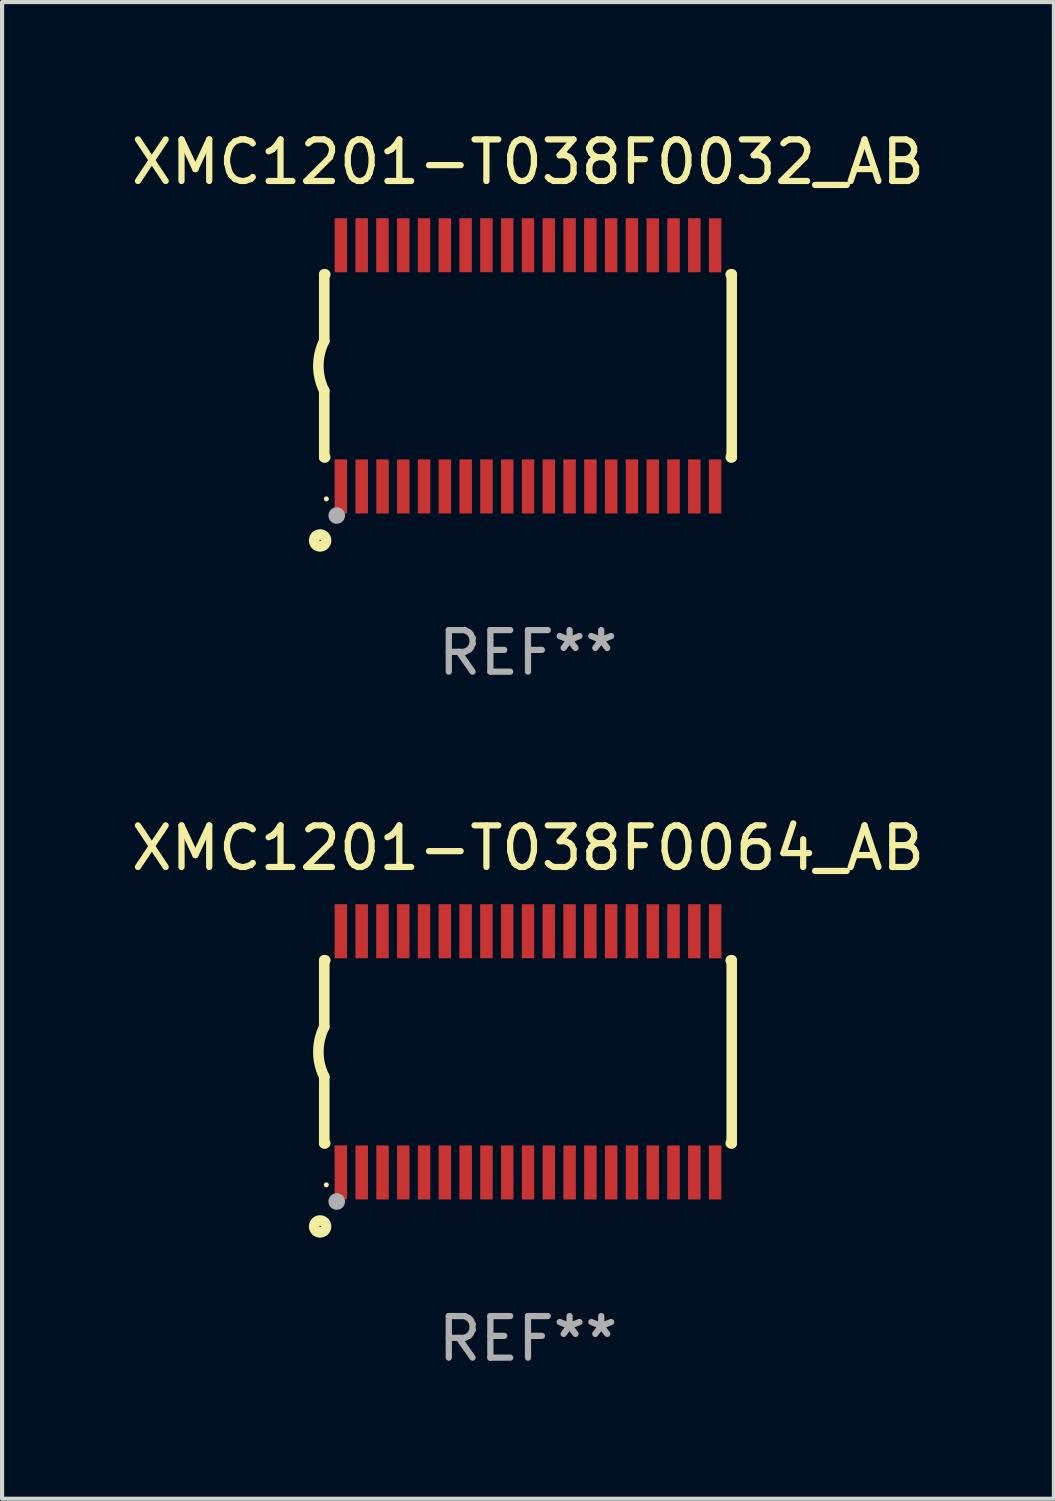
<source format=kicad_pcb>
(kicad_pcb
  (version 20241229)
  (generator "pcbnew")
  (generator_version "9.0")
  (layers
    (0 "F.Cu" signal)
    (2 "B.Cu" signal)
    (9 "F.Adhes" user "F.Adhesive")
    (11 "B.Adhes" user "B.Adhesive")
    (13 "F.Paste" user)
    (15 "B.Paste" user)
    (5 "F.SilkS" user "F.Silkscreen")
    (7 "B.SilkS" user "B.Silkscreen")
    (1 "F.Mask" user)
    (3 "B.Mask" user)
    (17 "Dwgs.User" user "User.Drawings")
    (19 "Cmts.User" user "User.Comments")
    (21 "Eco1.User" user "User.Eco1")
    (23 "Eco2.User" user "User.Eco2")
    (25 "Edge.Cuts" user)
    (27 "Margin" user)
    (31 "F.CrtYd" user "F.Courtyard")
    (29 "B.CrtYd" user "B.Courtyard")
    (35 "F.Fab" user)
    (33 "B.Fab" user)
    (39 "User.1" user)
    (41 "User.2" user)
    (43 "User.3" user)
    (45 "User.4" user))
  (footprint "XMC1201-T038F0064_AB"
    (layer "F.Cu")
    (at 9.649 22.248)
    (property "Reference" "XMC1201-T038F0064_AB" (at 0 -4.901 0) (layer "F.SilkS") (effects (font (size 1 1) (thickness 0.15))))
    (attr through_hole)
    (fp_line (start -4.9 -2.2) (end -4.9 -0.6) (stroke (width 0.254) (type solid)) (layer "F.SilkS"))
    (fp_line (start -4.9 -2.2) (end -4.876 -2.2) (stroke (width 0.254) (type solid)) (layer "F.SilkS"))
    (fp_line (start -4.9 2.2) (end -4.9 0.6) (stroke (width 0.254) (type solid)) (layer "F.SilkS"))
    (fp_line (start -4.9 2.2) (end -4.877 2.2) (stroke (width 0.254) (type solid)) (layer "F.SilkS"))
    (fp_line (start 4.876 -2.2) (end 4.9 -2.2) (stroke (width 0.254) (type solid)) (layer "F.SilkS"))
    (fp_line (start 4.877 2.2) (end 4.9 2.2) (stroke (width 0.254) (type solid)) (layer "F.SilkS"))
    (fp_line (start 4.9 -2.2) (end 4.9 2.2) (stroke (width 0.254) (type solid)) (layer "F.SilkS"))
    (fp_arc (start -4.900051 0.599822) (mid -5.041652 -0.000095) (end -4.9 -0.6) (stroke (width 0.254001) (type solid)) (layer "F.SilkS"))
    (fp_circle (center -5 4.2) (end -4.857 4.2) (stroke (width 0.254) (type solid)) (fill no) (layer "F.SilkS"))
    (fp_circle (center -4.85 3.2) (end -4.82 3.2) (stroke (width 0.06) (type solid)) (fill no) (layer "F.SilkS"))
    (fp_circle (center -4.6 3.6) (end -4.5 3.6) (stroke (width 0.2) (type solid)) (fill no) (layer "F.Fab"))
    (fp_text user "REF**" (at 0 6.901 0) (layer "F.Fab") (effects (font (size 1 1) (thickness 0.15))))
    (pad "1" smd rect (at -4.501 2.899 90) (size 1.3 0.3) (layers "F.Cu" "F.Mask" "F.Paste"))
    (pad "2" smd rect (at -3.999 2.901 90) (size 1.3 0.3) (layers "F.Cu" "F.Mask" "F.Paste"))
    (pad "3" smd rect (at -3.498 2.901 90) (size 1.3 0.3) (layers "F.Cu" "F.Mask" "F.Paste"))
    (pad "4" smd rect (at -2.999 2.901 90) (size 1.3 0.3) (layers "F.Cu" "F.Mask" "F.Paste"))
    (pad "5" smd rect (at -2.499 2.901 90) (size 1.3 0.3) (layers "F.Cu" "F.Mask" "F.Paste"))
    (pad "6" smd rect (at -1.999 2.901 90) (size 1.3 0.3) (layers "F.Cu" "F.Mask" "F.Paste"))
    (pad "7" smd rect (at -1.499 2.901 90) (size 1.3 0.3) (layers "F.Cu" "F.Mask" "F.Paste"))
    (pad "8" smd rect (at -0.999 2.901 90) (size 1.3 0.3) (layers "F.Cu" "F.Mask" "F.Paste"))
    (pad "9" smd rect (at -0.499 2.901 90) (size 1.3 0.3) (layers "F.Cu" "F.Mask" "F.Paste"))
    (pad "10" smd rect (at 0.001 2.901 90) (size 1.3 0.3) (layers "F.Cu" "F.Mask" "F.Paste"))
    (pad "11" smd rect (at 0.501 2.901 90) (size 1.3 0.3) (layers "F.Cu" "F.Mask" "F.Paste"))
    (pad "12" smd rect (at 1.001 2.901 90) (size 1.3 0.3) (layers "F.Cu" "F.Mask" "F.Paste"))
    (pad "13" smd rect (at 1.501 2.901 90) (size 1.3 0.3) (layers "F.Cu" "F.Mask" "F.Paste"))
    (pad "14" smd rect (at 2.001 2.901 90) (size 1.3 0.3) (layers "F.Cu" "F.Mask" "F.Paste"))
    (pad "15" smd rect (at 2.501 2.901 90) (size 1.3 0.3) (layers "F.Cu" "F.Mask" "F.Paste"))
    (pad "16" smd rect (at 3.001 2.901 90) (size 1.3 0.3) (layers "F.Cu" "F.Mask" "F.Paste"))
    (pad "17" smd rect (at 3.501 2.901 90) (size 1.3 0.3) (layers "F.Cu" "F.Mask" "F.Paste"))
    (pad "18" smd rect (at 4.001 2.901 90) (size 1.3 0.3) (layers "F.Cu" "F.Mask" "F.Paste"))
    (pad "19" smd rect (at 4.501 2.901 90) (size 1.3 0.3) (layers "F.Cu" "F.Mask" "F.Paste"))
    (pad "20" smd rect (at 4.501 -2.899 90) (size 1.3 0.3) (layers "F.Cu" "F.Mask" "F.Paste"))
    (pad "21" smd rect (at 4.001 -2.9 90) (size 1.3 0.3) (layers "F.Cu" "F.Mask" "F.Paste"))
    (pad "22" smd rect (at 3.501 -2.899 90) (size 1.3 0.3) (layers "F.Cu" "F.Mask" "F.Paste"))
    (pad "23" smd rect (at 3.002 -2.899 90) (size 1.3 0.3) (layers "F.Cu" "F.Mask" "F.Paste"))
    (pad "24" smd rect (at 2.499 -2.901 90) (size 1.3 0.3) (layers "F.Cu" "F.Mask" "F.Paste"))
    (pad "25" smd rect (at 2 -2.9 90) (size 1.3 0.3) (layers "F.Cu" "F.Mask" "F.Paste"))
    (pad "26" smd rect (at 1.5 -2.9 90) (size 1.3 0.3) (layers "F.Cu" "F.Mask" "F.Paste"))
    (pad "27" smd rect (at 1 -2.9 90) (size 1.3 0.3) (layers "F.Cu" "F.Mask" "F.Paste"))
    (pad "28" smd rect (at 0.5 -2.9 90) (size 1.3 0.3) (layers "F.Cu" "F.Mask" "F.Paste"))
    (pad "29" smd rect (at 0.000127 -2.9 90) (size 1.3 0.3) (layers "F.Cu" "F.Mask" "F.Paste"))
    (pad "30" smd rect (at -0.5 -2.9 90) (size 1.3 0.3) (layers "F.Cu" "F.Mask" "F.Paste"))
    (pad "31" smd rect (at -1 -2.9 90) (size 1.3 0.3) (layers "F.Cu" "F.Mask" "F.Paste"))
    (pad "32" smd rect (at -1.5 -2.9 90) (size 1.3 0.3) (layers "F.Cu" "F.Mask" "F.Paste"))
    (pad "33" smd rect (at -2 -2.9 90) (size 1.3 0.3) (layers "F.Cu" "F.Mask" "F.Paste"))
    (pad "34" smd rect (at -2.5 -2.9 90) (size 1.3 0.3) (layers "F.Cu" "F.Mask" "F.Paste"))
    (pad "35" smd rect (at -3 -2.9 90) (size 1.3 0.3) (layers "F.Cu" "F.Mask" "F.Paste"))
    (pad "36" smd rect (at -3.5 -2.9 90) (size 1.3 0.3) (layers "F.Cu" "F.Mask" "F.Paste"))
    (pad "37" smd rect (at -4 -2.9 90) (size 1.3 0.3) (layers "F.Cu" "F.Mask" "F.Paste"))
    (pad "38" smd rect (at -4.5 -2.9 90) (size 1.3 0.3) (layers "F.Cu" "F.Mask" "F.Paste")))
  (footprint "XMC1201-T038F0032_AB"
    (layer "F.Cu")
    (at 9.649 5.749)
    (property "Reference" "XMC1201-T038F0032_AB" (at 0 -4.901 0) (layer "F.SilkS") (effects (font (size 1 1) (thickness 0.15))))
    (attr through_hole)
    (fp_line (start -4.9 -2.2) (end -4.9 -0.6) (stroke (width 0.254) (type solid)) (layer "F.SilkS"))
    (fp_line (start -4.9 -2.2) (end -4.876 -2.2) (stroke (width 0.254) (type solid)) (layer "F.SilkS"))
    (fp_line (start -4.9 2.2) (end -4.9 0.6) (stroke (width 0.254) (type solid)) (layer "F.SilkS"))
    (fp_line (start -4.9 2.2) (end -4.877 2.2) (stroke (width 0.254) (type solid)) (layer "F.SilkS"))
    (fp_line (start 4.876 -2.2) (end 4.9 -2.2) (stroke (width 0.254) (type solid)) (layer "F.SilkS"))
    (fp_line (start 4.877 2.2) (end 4.9 2.2) (stroke (width 0.254) (type solid)) (layer "F.SilkS"))
    (fp_line (start 4.9 -2.2) (end 4.9 2.2) (stroke (width 0.254) (type solid)) (layer "F.SilkS"))
    (fp_arc (start -4.900051 0.599822) (mid -5.041652 -0.000095) (end -4.9 -0.6) (stroke (width 0.254001) (type solid)) (layer "F.SilkS"))
    (fp_circle (center -5 4.2) (end -4.857 4.2) (stroke (width 0.254) (type solid)) (fill no) (layer "F.SilkS"))
    (fp_circle (center -4.85 3.2) (end -4.82 3.2) (stroke (width 0.06) (type solid)) (fill no) (layer "F.SilkS"))
    (fp_circle (center -4.6 3.6) (end -4.5 3.6) (stroke (width 0.2) (type solid)) (fill no) (layer "F.Fab"))
    (fp_text user "REF**" (at 0 6.901 0) (layer "F.Fab") (effects (font (size 1 1) (thickness 0.15))))
    (pad "1" smd rect (at -4.501 2.899 90) (size 1.3 0.3) (layers "F.Cu" "F.Mask" "F.Paste"))
    (pad "2" smd rect (at -3.999 2.901 90) (size 1.3 0.3) (layers "F.Cu" "F.Mask" "F.Paste"))
    (pad "3" smd rect (at -3.498 2.901 90) (size 1.3 0.3) (layers "F.Cu" "F.Mask" "F.Paste"))
    (pad "4" smd rect (at -2.999 2.901 90) (size 1.3 0.3) (layers "F.Cu" "F.Mask" "F.Paste"))
    (pad "5" smd rect (at -2.499 2.901 90) (size 1.3 0.3) (layers "F.Cu" "F.Mask" "F.Paste"))
    (pad "6" smd rect (at -1.999 2.901 90) (size 1.3 0.3) (layers "F.Cu" "F.Mask" "F.Paste"))
    (pad "7" smd rect (at -1.499 2.901 90) (size 1.3 0.3) (layers "F.Cu" "F.Mask" "F.Paste"))
    (pad "8" smd rect (at -0.999 2.901 90) (size 1.3 0.3) (layers "F.Cu" "F.Mask" "F.Paste"))
    (pad "9" smd rect (at -0.499 2.901 90) (size 1.3 0.3) (layers "F.Cu" "F.Mask" "F.Paste"))
    (pad "10" smd rect (at 0.001 2.901 90) (size 1.3 0.3) (layers "F.Cu" "F.Mask" "F.Paste"))
    (pad "11" smd rect (at 0.501 2.901 90) (size 1.3 0.3) (layers "F.Cu" "F.Mask" "F.Paste"))
    (pad "12" smd rect (at 1.001 2.901 90) (size 1.3 0.3) (layers "F.Cu" "F.Mask" "F.Paste"))
    (pad "13" smd rect (at 1.501 2.901 90) (size 1.3 0.3) (layers "F.Cu" "F.Mask" "F.Paste"))
    (pad "14" smd rect (at 2.001 2.901 90) (size 1.3 0.3) (layers "F.Cu" "F.Mask" "F.Paste"))
    (pad "15" smd rect (at 2.501 2.901 90) (size 1.3 0.3) (layers "F.Cu" "F.Mask" "F.Paste"))
    (pad "16" smd rect (at 3.001 2.901 90) (size 1.3 0.3) (layers "F.Cu" "F.Mask" "F.Paste"))
    (pad "17" smd rect (at 3.501 2.901 90) (size 1.3 0.3) (layers "F.Cu" "F.Mask" "F.Paste"))
    (pad "18" smd rect (at 4.001 2.901 90) (size 1.3 0.3) (layers "F.Cu" "F.Mask" "F.Paste"))
    (pad "19" smd rect (at 4.501 2.901 90) (size 1.3 0.3) (layers "F.Cu" "F.Mask" "F.Paste"))
    (pad "20" smd rect (at 4.501 -2.899 90) (size 1.3 0.3) (layers "F.Cu" "F.Mask" "F.Paste"))
    (pad "21" smd rect (at 4.001 -2.9 90) (size 1.3 0.3) (layers "F.Cu" "F.Mask" "F.Paste"))
    (pad "22" smd rect (at 3.501 -2.899 90) (size 1.3 0.3) (layers "F.Cu" "F.Mask" "F.Paste"))
    (pad "23" smd rect (at 3.002 -2.899 90) (size 1.3 0.3) (layers "F.Cu" "F.Mask" "F.Paste"))
    (pad "24" smd rect (at 2.499 -2.901 90) (size 1.3 0.3) (layers "F.Cu" "F.Mask" "F.Paste"))
    (pad "25" smd rect (at 2 -2.9 90) (size 1.3 0.3) (layers "F.Cu" "F.Mask" "F.Paste"))
    (pad "26" smd rect (at 1.5 -2.9 90) (size 1.3 0.3) (layers "F.Cu" "F.Mask" "F.Paste"))
    (pad "27" smd rect (at 1 -2.9 90) (size 1.3 0.3) (layers "F.Cu" "F.Mask" "F.Paste"))
    (pad "28" smd rect (at 0.5 -2.9 90) (size 1.3 0.3) (layers "F.Cu" "F.Mask" "F.Paste"))
    (pad "29" smd rect (at 0.000127 -2.9 90) (size 1.3 0.3) (layers "F.Cu" "F.Mask" "F.Paste"))
    (pad "30" smd rect (at -0.5 -2.9 90) (size 1.3 0.3) (layers "F.Cu" "F.Mask" "F.Paste"))
    (pad "31" smd rect (at -1 -2.9 90) (size 1.3 0.3) (layers "F.Cu" "F.Mask" "F.Paste"))
    (pad "32" smd rect (at -1.5 -2.9 90) (size 1.3 0.3) (layers "F.Cu" "F.Mask" "F.Paste"))
    (pad "33" smd rect (at -2 -2.9 90) (size 1.3 0.3) (layers "F.Cu" "F.Mask" "F.Paste"))
    (pad "34" smd rect (at -2.5 -2.9 90) (size 1.3 0.3) (layers "F.Cu" "F.Mask" "F.Paste"))
    (pad "35" smd rect (at -3 -2.9 90) (size 1.3 0.3) (layers "F.Cu" "F.Mask" "F.Paste"))
    (pad "36" smd rect (at -3.5 -2.9 90) (size 1.3 0.3) (layers "F.Cu" "F.Mask" "F.Paste"))
    (pad "37" smd rect (at -4 -2.9 90) (size 1.3 0.3) (layers "F.Cu" "F.Mask" "F.Paste"))
    (pad "38" smd rect (at -4.5 -2.9 90) (size 1.3 0.3) (layers "F.Cu" "F.Mask" "F.Paste")))
  (gr_rect
    (start -3 -3)
    (end 22.298 32.997)
    (stroke (width 0.1) (type default))
    (fill no)
    (layer "Edge.Cuts")))
</source>
